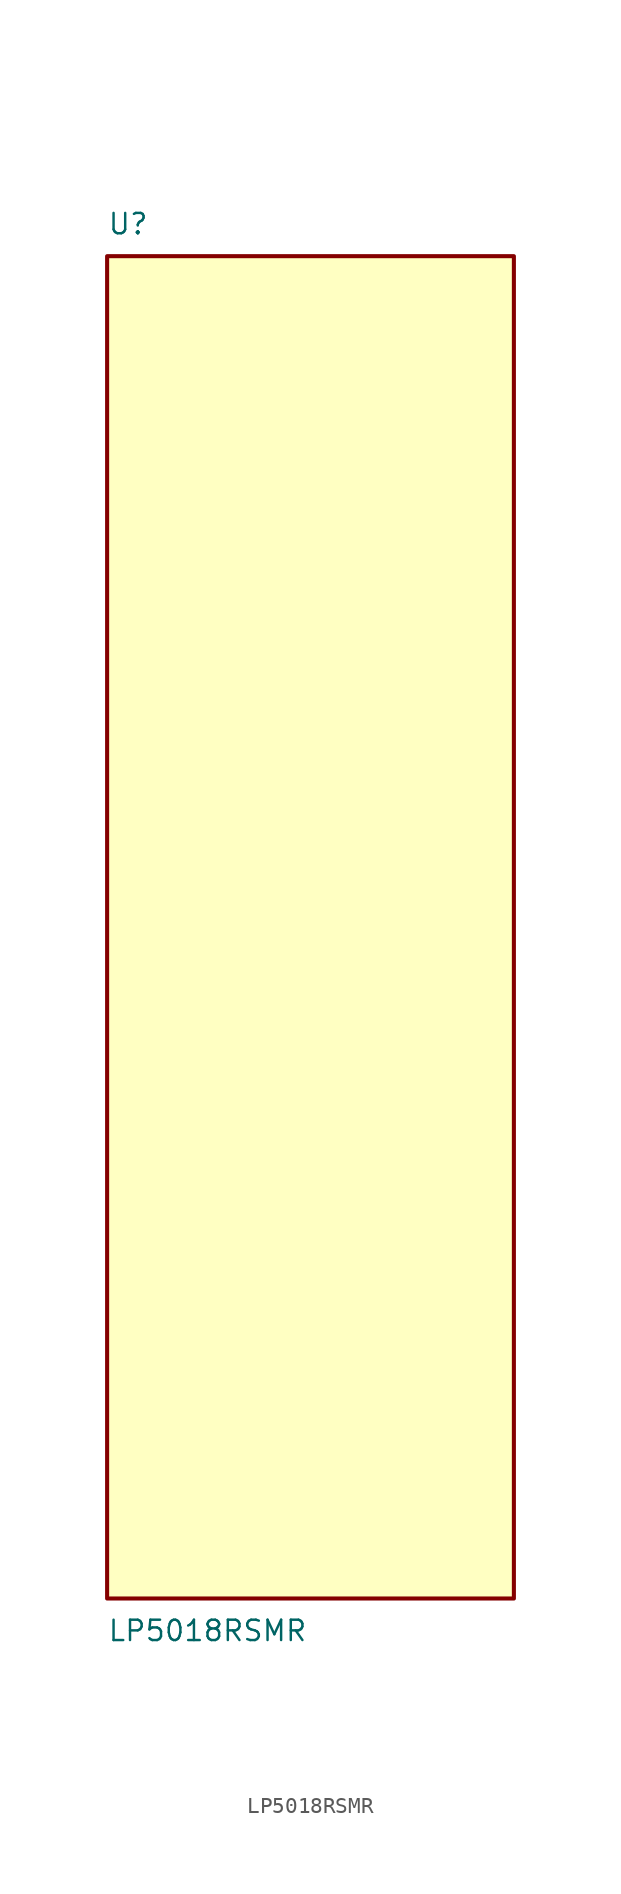
<source format=kicad_sym>
(kicad_symbol_lib
  (version 20211014)
  (generator kicad_symbol_editor)
  (symbol "LP5018RSMR"
    (pin_names
      (offset 1.016))
    (property "Reference" "U"
      (at -12.7 41.91 0)
      (effects (font (size 1.27 1.27)) (justify bottom left)))
    (property "Value" "LP5018RSMR"
      (at -12.7 -44.45 0)
      (effects (font (size 1.27 1.27)) (justify top left)))
    (symbol "LP5018RSMR_0_0"
      (rectangle (start -12.7 -43.18) (end 12.7 40.64) (stroke (width 0.254)) (fill (type background))))))
</source>
